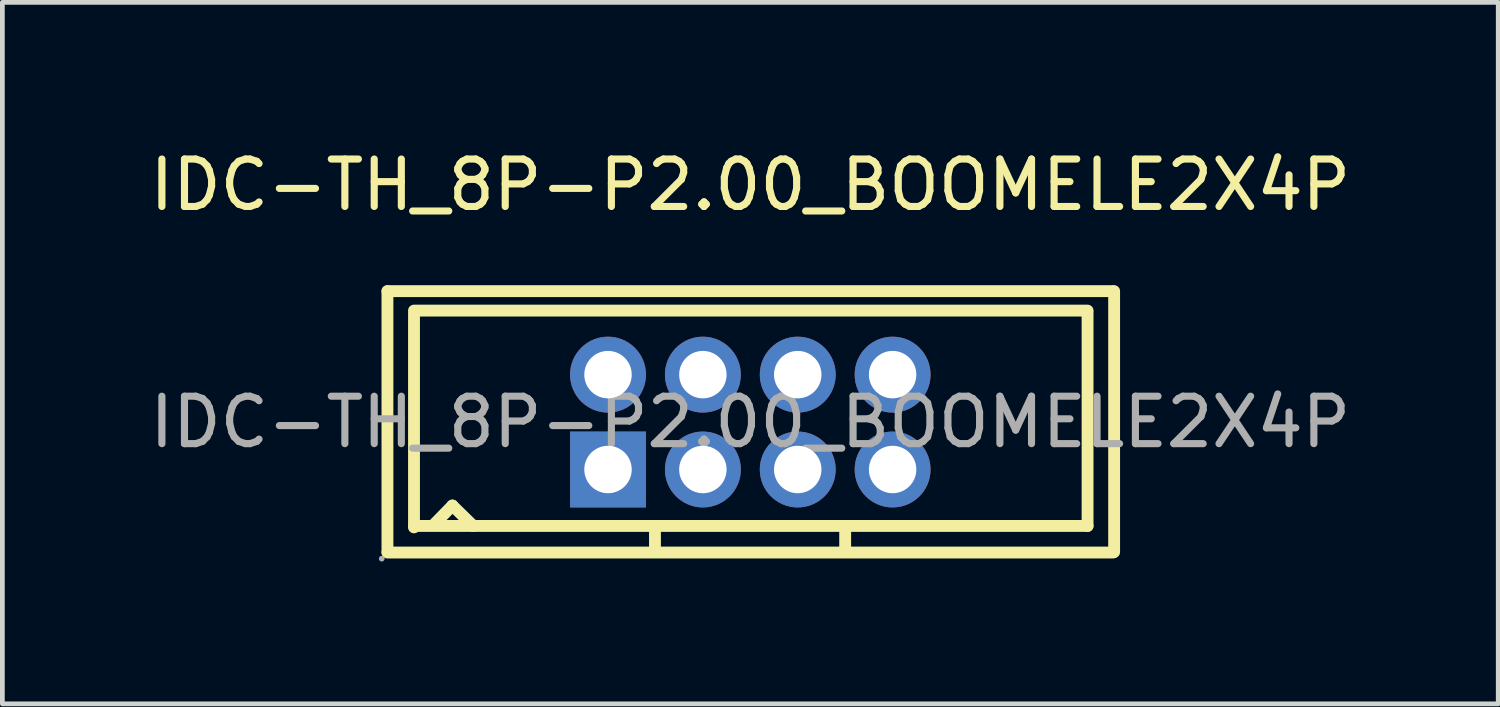
<source format=kicad_pcb>
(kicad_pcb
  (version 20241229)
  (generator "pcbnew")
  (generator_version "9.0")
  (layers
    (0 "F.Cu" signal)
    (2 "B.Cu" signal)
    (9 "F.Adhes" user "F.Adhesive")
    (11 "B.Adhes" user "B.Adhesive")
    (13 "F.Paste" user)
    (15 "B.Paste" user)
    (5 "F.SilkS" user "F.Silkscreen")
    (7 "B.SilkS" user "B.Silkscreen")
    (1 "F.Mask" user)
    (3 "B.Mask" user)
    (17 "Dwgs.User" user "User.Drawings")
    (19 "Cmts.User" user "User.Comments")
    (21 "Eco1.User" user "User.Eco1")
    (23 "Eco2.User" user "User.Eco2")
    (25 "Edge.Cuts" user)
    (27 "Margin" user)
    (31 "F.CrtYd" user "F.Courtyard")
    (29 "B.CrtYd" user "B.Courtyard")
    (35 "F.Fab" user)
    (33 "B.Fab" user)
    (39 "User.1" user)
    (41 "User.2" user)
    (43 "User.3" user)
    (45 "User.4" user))
  (footprint "IDC-TH_8P-P2.00_BOOMELE2X4P"
    (layer "F.Cu")
    (at 12.768 5.848)
    (property "Reference" "IDC-TH_8P-P2.00_BOOMELE2X4P" (at 0 -5 0) (layer "F.SilkS") (effects (font (size 1 1) (thickness 0.15))))
    (attr through_hole)
    (fp_line (start -7.65 -2.76) (end -7.65 2.74) (stroke (width 0.25) (type solid)) (layer "F.SilkS"))
    (fp_line (start -7.65 -2.76) (end 7.65 -2.76) (stroke (width 0.25) (type solid)) (layer "F.SilkS"))
    (fp_line (start -7.65 2.75) (end 7.65 2.75) (stroke (width 0.25) (type solid)) (layer "F.SilkS"))
    (fp_line (start -7.09 -2.35) (end 7.11 -2.35) (stroke (width 0.25) (type solid)) (layer "F.SilkS"))
    (fp_line (start -7.09 -2.28) (end -7.09 2.22) (stroke (width 0.25) (type solid)) (layer "F.SilkS"))
    (fp_line (start -7.09 2.19) (end -2.03 2.19) (stroke (width 0.25) (type solid)) (layer "F.SilkS"))
    (fp_line (start -6.68 2.17) (end -6.28 1.76) (stroke (width 0.25) (type solid)) (layer "F.SilkS"))
    (fp_line (start -6.28 1.76) (end -5.84 2.19) (stroke (width 0.25) (type solid)) (layer "F.SilkS"))
    (fp_line (start -2.01 2.19) (end -2.01 2.73) (stroke (width 0.25) (type solid)) (layer "F.SilkS"))
    (fp_line (start -2 2.19) (end 2 2.19) (stroke (width 0.25) (type solid)) (layer "F.SilkS"))
    (fp_line (start 1.95 2.19) (end 7.11 2.19) (stroke (width 0.25) (type solid)) (layer "F.SilkS"))
    (fp_line (start 2 2.22) (end 2 2.73) (stroke (width 0.25) (type solid)) (layer "F.SilkS"))
    (fp_line (start 7.11 -2.31) (end 7.11 2.19) (stroke (width 0.25) (type solid)) (layer "F.SilkS"))
    (fp_line (start 7.67 -2.76) (end 7.67 2.74) (stroke (width 0.25) (type solid)) (layer "F.SilkS"))
    (fp_circle (center -7.77 2.88) (end -7.74 2.88) (stroke (width 0.06) (type solid)) (fill no) (layer "F.Fab"))
    (fp_circle (center -3 -1) (end -2.8 -1) (stroke (width 0.4) (type solid)) (fill no) (layer "F.Fab"))
    (fp_circle (center -3 1) (end -2.8 1) (stroke (width 0.4) (type solid)) (fill no) (layer "F.Fab"))
    (fp_circle (center -1 -1) (end -0.8 -1) (stroke (width 0.4) (type solid)) (fill no) (layer "F.Fab"))
    (fp_circle (center -1 1) (end -0.8 1) (stroke (width 0.4) (type solid)) (fill no) (layer "F.Fab"))
    (fp_circle (center 1 -1) (end 1.2 -1) (stroke (width 0.4) (type solid)) (fill no) (layer "F.Fab"))
    (fp_circle (center 1 1) (end 1.2 1) (stroke (width 0.4) (type solid)) (fill no) (layer "F.Fab"))
    (fp_circle (center 3 -1) (end 3.2 -1) (stroke (width 0.4) (type solid)) (fill no) (layer "F.Fab"))
    (fp_circle (center 3 1) (end 3.2 1) (stroke (width 0.4) (type solid)) (fill no) (layer "F.Fab"))
    (fp_text user "${REFERENCE}" (at 0 0 0) (layer "F.Fab") (effects (font (size 1 1) (thickness 0.15))))
    (pad "1" thru_hole rect (at -3 1) (size 1.6 1.6) (drill 1) (layers "*.Cu" "*.Paste" "*.Mask"))
    (pad "2" thru_hole circle (at -3 -1) (size 1.6 1.6) (drill 1) (layers "*.Cu" "*.Paste" "*.Mask"))
    (pad "3" thru_hole circle (at -1 1) (size 1.6 1.6) (drill 1) (layers "*.Cu" "*.Paste" "*.Mask"))
    (pad "4" thru_hole circle (at -1 -1) (size 1.6 1.6) (drill 1) (layers "*.Cu" "*.Paste" "*.Mask"))
    (pad "5" thru_hole circle (at 1 1) (size 1.6 1.6) (drill 1) (layers "*.Cu" "*.Paste" "*.Mask"))
    (pad "6" thru_hole circle (at 1 -1) (size 1.6 1.6) (drill 1) (layers "*.Cu" "*.Paste" "*.Mask"))
    (pad "7" thru_hole circle (at 3 1) (size 1.6 1.6) (drill 1) (layers "*.Cu" "*.Paste" "*.Mask"))
    (pad "8" thru_hole circle (at 3 -1) (size 1.6 1.6) (drill 1) (layers "*.Cu" "*.Paste" "*.Mask")))
  (gr_rect
    (start -3 -3)
    (end 28.536 11.788)
    (stroke (width 0.1) (type default))
    (fill no)
    (layer "Edge.Cuts")))
</source>
